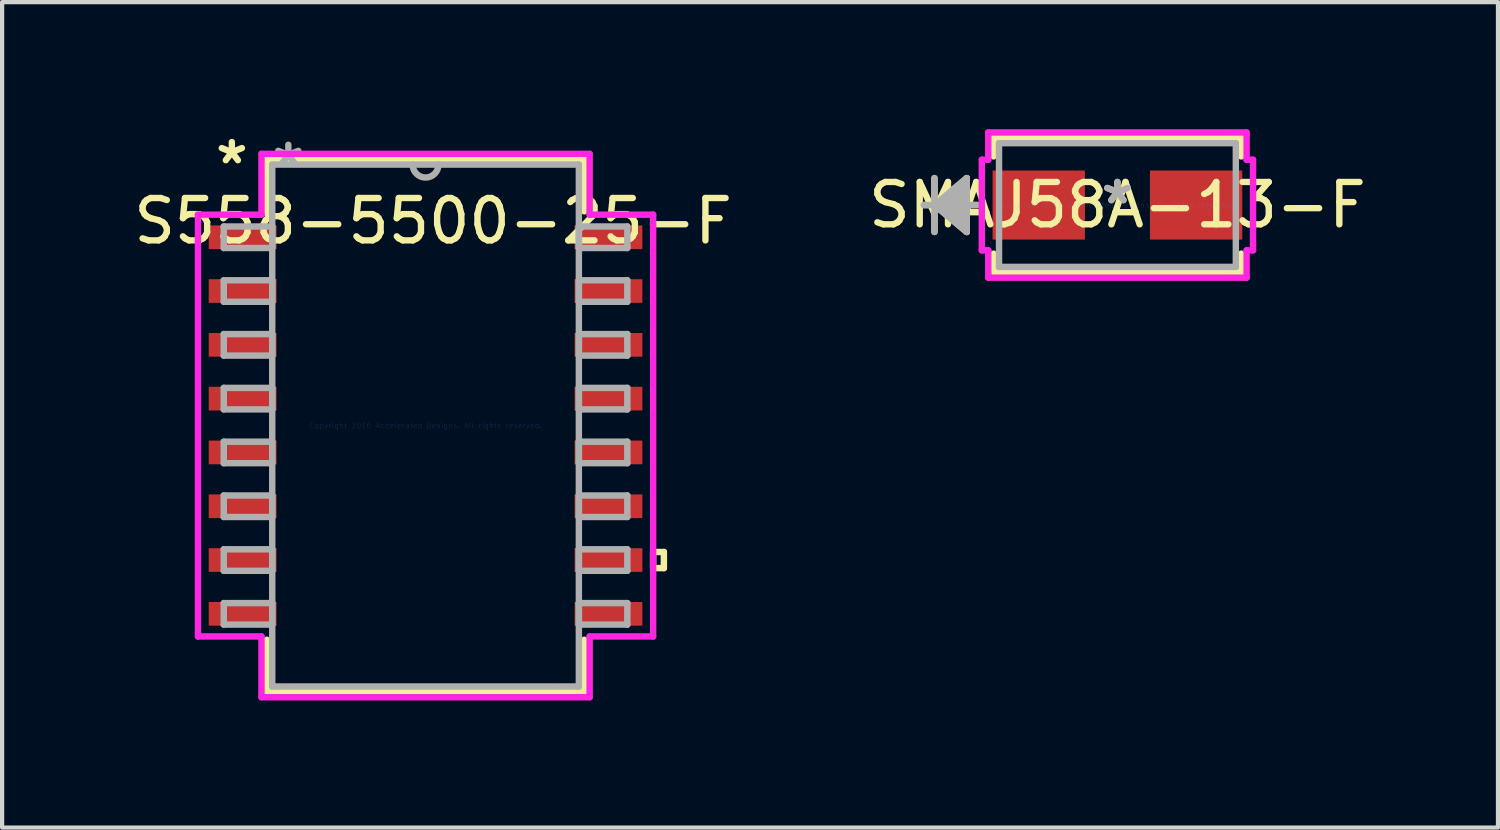
<source format=kicad_pcb>
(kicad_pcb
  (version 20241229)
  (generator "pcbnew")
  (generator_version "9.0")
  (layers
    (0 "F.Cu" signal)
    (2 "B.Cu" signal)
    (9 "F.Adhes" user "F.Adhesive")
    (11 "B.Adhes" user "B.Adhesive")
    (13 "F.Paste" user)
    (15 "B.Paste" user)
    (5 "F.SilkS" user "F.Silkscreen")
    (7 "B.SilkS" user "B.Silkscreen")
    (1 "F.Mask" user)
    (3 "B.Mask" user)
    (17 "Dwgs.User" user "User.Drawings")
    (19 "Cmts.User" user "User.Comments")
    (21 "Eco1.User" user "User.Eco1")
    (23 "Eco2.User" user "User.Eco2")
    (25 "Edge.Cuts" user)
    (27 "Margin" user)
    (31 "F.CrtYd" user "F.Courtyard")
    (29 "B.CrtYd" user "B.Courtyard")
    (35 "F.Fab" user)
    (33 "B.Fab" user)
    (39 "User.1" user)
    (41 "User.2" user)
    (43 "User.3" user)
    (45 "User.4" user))
  (footprint "S558-5500-25-F"
    (layer "F.Cu")
    (at 6.995 6.995)
    (property "Reference" "S558-5500-25-F" (at 0.178 -4.826 0) (layer "F.SilkS") (effects (font (size 1 1) (thickness 0.15))))
    (attr through_hole)
    (fp_line (start -3.747 -6.287) (end -3.747 -5.057) (stroke (width 0.152) (type solid)) (layer "F.SilkS"))
    (fp_line (start -3.747 5.057) (end -3.747 6.287) (stroke (width 0.152) (type solid)) (layer "F.SilkS"))
    (fp_line (start -3.747 6.287) (end 3.747 6.287) (stroke (width 0.152) (type solid)) (layer "F.SilkS"))
    (fp_line (start 3.747 -6.287) (end -3.747 -6.287) (stroke (width 0.152) (type solid)) (layer "F.SilkS"))
    (fp_line (start 3.747 -5.057) (end 3.747 -6.287) (stroke (width 0.152) (type solid)) (layer "F.SilkS"))
    (fp_line (start 3.747 6.287) (end 3.747 5.057) (stroke (width 0.152) (type solid)) (layer "F.SilkS"))
    (fp_line (start 5.372 2.985) (end 5.626 2.985) (stroke (width 0.152) (type solid)) (layer "F.SilkS"))
    (fp_line (start 5.372 3.365) (end 5.372 2.985) (stroke (width 0.152) (type solid)) (layer "F.SilkS"))
    (fp_line (start 5.626 2.985) (end 5.626 3.365) (stroke (width 0.152) (type solid)) (layer "F.SilkS"))
    (fp_line (start 5.626 3.365) (end 5.372 3.365) (stroke (width 0.152) (type solid)) (layer "F.SilkS"))
    (fp_line (start -5.372 -4.978) (end -3.873 -4.978) (stroke (width 0.152) (type solid)) (layer "F.CrtYd"))
    (fp_line (start -5.372 4.978) (end -5.372 -4.978) (stroke (width 0.152) (type solid)) (layer "F.CrtYd"))
    (fp_line (start -3.873 -6.413) (end 3.873 -6.413) (stroke (width 0.152) (type solid)) (layer "F.CrtYd"))
    (fp_line (start -3.873 -4.978) (end -3.873 -6.413) (stroke (width 0.152) (type solid)) (layer "F.CrtYd"))
    (fp_line (start -3.873 4.978) (end -5.372 4.978) (stroke (width 0.152) (type solid)) (layer "F.CrtYd"))
    (fp_line (start -3.873 6.413) (end -3.873 4.978) (stroke (width 0.152) (type solid)) (layer "F.CrtYd"))
    (fp_line (start 3.873 -6.413) (end 3.873 -4.978) (stroke (width 0.152) (type solid)) (layer "F.CrtYd"))
    (fp_line (start 3.873 -4.978) (end 5.372 -4.978) (stroke (width 0.152) (type solid)) (layer "F.CrtYd"))
    (fp_line (start 3.873 4.978) (end 3.873 6.413) (stroke (width 0.152) (type solid)) (layer "F.CrtYd"))
    (fp_line (start 3.873 6.413) (end -3.873 6.413) (stroke (width 0.152) (type solid)) (layer "F.CrtYd"))
    (fp_line (start 5.372 -4.978) (end 5.372 4.978) (stroke (width 0.152) (type solid)) (layer "F.CrtYd"))
    (fp_line (start 5.372 4.978) (end 3.873 4.978) (stroke (width 0.152) (type solid)) (layer "F.CrtYd"))
    (fp_line (start -4.763 -4.699) (end -4.763 -4.191) (stroke (width 0.152) (type solid)) (layer "F.Fab"))
    (fp_line (start -4.763 -4.191) (end -3.619 -4.191) (stroke (width 0.152) (type solid)) (layer "F.Fab"))
    (fp_line (start -4.763 -3.429) (end -4.763 -2.921) (stroke (width 0.152) (type solid)) (layer "F.Fab"))
    (fp_line (start -4.763 -2.921) (end -3.619 -2.921) (stroke (width 0.152) (type solid)) (layer "F.Fab"))
    (fp_line (start -4.763 -2.159) (end -4.763 -1.651) (stroke (width 0.152) (type solid)) (layer "F.Fab"))
    (fp_line (start -4.763 -1.651) (end -3.619 -1.651) (stroke (width 0.152) (type solid)) (layer "F.Fab"))
    (fp_line (start -4.763 -0.889) (end -4.763 -0.381) (stroke (width 0.152) (type solid)) (layer "F.Fab"))
    (fp_line (start -4.763 -0.381) (end -3.619 -0.381) (stroke (width 0.152) (type solid)) (layer "F.Fab"))
    (fp_line (start -4.763 0.381) (end -4.763 0.889) (stroke (width 0.152) (type solid)) (layer "F.Fab"))
    (fp_line (start -4.763 0.889) (end -3.619 0.889) (stroke (width 0.152) (type solid)) (layer "F.Fab"))
    (fp_line (start -4.763 1.651) (end -4.763 2.159) (stroke (width 0.152) (type solid)) (layer "F.Fab"))
    (fp_line (start -4.763 2.159) (end -3.619 2.159) (stroke (width 0.152) (type solid)) (layer "F.Fab"))
    (fp_line (start -4.763 2.921) (end -4.763 3.429) (stroke (width 0.152) (type solid)) (layer "F.Fab"))
    (fp_line (start -4.763 3.429) (end -3.619 3.429) (stroke (width 0.152) (type solid)) (layer "F.Fab"))
    (fp_line (start -4.763 4.191) (end -4.763 4.699) (stroke (width 0.152) (type solid)) (layer "F.Fab"))
    (fp_line (start -4.763 4.699) (end -3.619 4.699) (stroke (width 0.152) (type solid)) (layer "F.Fab"))
    (fp_line (start -3.619 -6.16) (end -3.619 6.16) (stroke (width 0.152) (type solid)) (layer "F.Fab"))
    (fp_line (start -3.619 -4.699) (end -4.763 -4.699) (stroke (width 0.152) (type solid)) (layer "F.Fab"))
    (fp_line (start -3.619 -4.191) (end -3.619 -4.699) (stroke (width 0.152) (type solid)) (layer "F.Fab"))
    (fp_line (start -3.619 -3.429) (end -4.763 -3.429) (stroke (width 0.152) (type solid)) (layer "F.Fab"))
    (fp_line (start -3.619 -2.921) (end -3.619 -3.429) (stroke (width 0.152) (type solid)) (layer "F.Fab"))
    (fp_line (start -3.619 -2.159) (end -4.763 -2.159) (stroke (width 0.152) (type solid)) (layer "F.Fab"))
    (fp_line (start -3.619 -1.651) (end -3.619 -2.159) (stroke (width 0.152) (type solid)) (layer "F.Fab"))
    (fp_line (start -3.619 -0.889) (end -4.763 -0.889) (stroke (width 0.152) (type solid)) (layer "F.Fab"))
    (fp_line (start -3.619 -0.381) (end -3.619 -0.889) (stroke (width 0.152) (type solid)) (layer "F.Fab"))
    (fp_line (start -3.619 0.381) (end -4.763 0.381) (stroke (width 0.152) (type solid)) (layer "F.Fab"))
    (fp_line (start -3.619 0.889) (end -3.619 0.381) (stroke (width 0.152) (type solid)) (layer "F.Fab"))
    (fp_line (start -3.619 1.651) (end -4.763 1.651) (stroke (width 0.152) (type solid)) (layer "F.Fab"))
    (fp_line (start -3.619 2.159) (end -3.619 1.651) (stroke (width 0.152) (type solid)) (layer "F.Fab"))
    (fp_line (start -3.619 2.921) (end -4.763 2.921) (stroke (width 0.152) (type solid)) (layer "F.Fab"))
    (fp_line (start -3.619 3.429) (end -3.619 2.921) (stroke (width 0.152) (type solid)) (layer "F.Fab"))
    (fp_line (start -3.619 4.191) (end -4.763 4.191) (stroke (width 0.152) (type solid)) (layer "F.Fab"))
    (fp_line (start -3.619 4.699) (end -3.619 4.191) (stroke (width 0.152) (type solid)) (layer "F.Fab"))
    (fp_line (start -3.619 6.16) (end 3.619 6.16) (stroke (width 0.152) (type solid)) (layer "F.Fab"))
    (fp_line (start 3.619 -6.16) (end -3.619 -6.16) (stroke (width 0.152) (type solid)) (layer "F.Fab"))
    (fp_line (start 3.619 -4.699) (end 3.619 -4.191) (stroke (width 0.152) (type solid)) (layer "F.Fab"))
    (fp_line (start 3.619 -4.191) (end 4.763 -4.191) (stroke (width 0.152) (type solid)) (layer "F.Fab"))
    (fp_line (start 3.619 -3.429) (end 3.619 -2.921) (stroke (width 0.152) (type solid)) (layer "F.Fab"))
    (fp_line (start 3.619 -2.921) (end 4.763 -2.921) (stroke (width 0.152) (type solid)) (layer "F.Fab"))
    (fp_line (start 3.619 -2.159) (end 3.619 -1.651) (stroke (width 0.152) (type solid)) (layer "F.Fab"))
    (fp_line (start 3.619 -1.651) (end 4.763 -1.651) (stroke (width 0.152) (type solid)) (layer "F.Fab"))
    (fp_line (start 3.619 -0.889) (end 3.619 -0.381) (stroke (width 0.152) (type solid)) (layer "F.Fab"))
    (fp_line (start 3.619 -0.381) (end 4.763 -0.381) (stroke (width 0.152) (type solid)) (layer "F.Fab"))
    (fp_line (start 3.619 0.381) (end 3.619 0.889) (stroke (width 0.152) (type solid)) (layer "F.Fab"))
    (fp_line (start 3.619 0.889) (end 4.763 0.889) (stroke (width 0.152) (type solid)) (layer "F.Fab"))
    (fp_line (start 3.619 1.651) (end 3.619 2.159) (stroke (width 0.152) (type solid)) (layer "F.Fab"))
    (fp_line (start 3.619 2.159) (end 4.763 2.159) (stroke (width 0.152) (type solid)) (layer "F.Fab"))
    (fp_line (start 3.619 2.921) (end 3.619 3.429) (stroke (width 0.152) (type solid)) (layer "F.Fab"))
    (fp_line (start 3.619 3.429) (end 4.763 3.429) (stroke (width 0.152) (type solid)) (layer "F.Fab"))
    (fp_line (start 3.619 4.191) (end 3.619 4.699) (stroke (width 0.152) (type solid)) (layer "F.Fab"))
    (fp_line (start 3.619 4.699) (end 4.763 4.699) (stroke (width 0.152) (type solid)) (layer "F.Fab"))
    (fp_line (start 3.619 6.16) (end 3.619 -6.16) (stroke (width 0.152) (type solid)) (layer "F.Fab"))
    (fp_line (start 4.763 -4.699) (end 3.619 -4.699) (stroke (width 0.152) (type solid)) (layer "F.Fab"))
    (fp_line (start 4.763 -4.191) (end 4.763 -4.699) (stroke (width 0.152) (type solid)) (layer "F.Fab"))
    (fp_line (start 4.763 -3.429) (end 3.619 -3.429) (stroke (width 0.152) (type solid)) (layer "F.Fab"))
    (fp_line (start 4.763 -2.921) (end 4.763 -3.429) (stroke (width 0.152) (type solid)) (layer "F.Fab"))
    (fp_line (start 4.763 -2.159) (end 3.619 -2.159) (stroke (width 0.152) (type solid)) (layer "F.Fab"))
    (fp_line (start 4.763 -1.651) (end 4.763 -2.159) (stroke (width 0.152) (type solid)) (layer "F.Fab"))
    (fp_line (start 4.763 -0.889) (end 3.619 -0.889) (stroke (width 0.152) (type solid)) (layer "F.Fab"))
    (fp_line (start 4.763 -0.381) (end 4.763 -0.889) (stroke (width 0.152) (type solid)) (layer "F.Fab"))
    (fp_line (start 4.763 0.381) (end 3.619 0.381) (stroke (width 0.152) (type solid)) (layer "F.Fab"))
    (fp_line (start 4.763 0.889) (end 4.763 0.381) (stroke (width 0.152) (type solid)) (layer "F.Fab"))
    (fp_line (start 4.763 1.651) (end 3.619 1.651) (stroke (width 0.152) (type solid)) (layer "F.Fab"))
    (fp_line (start 4.763 2.159) (end 4.763 1.651) (stroke (width 0.152) (type solid)) (layer "F.Fab"))
    (fp_line (start 4.763 2.921) (end 3.619 2.921) (stroke (width 0.152) (type solid)) (layer "F.Fab"))
    (fp_line (start 4.763 3.429) (end 4.763 2.921) (stroke (width 0.152) (type solid)) (layer "F.Fab"))
    (fp_line (start 4.763 4.191) (end 3.619 4.191) (stroke (width 0.152) (type solid)) (layer "F.Fab"))
    (fp_line (start 4.763 4.699) (end 4.763 4.191) (stroke (width 0.152) (type solid)) (layer "F.Fab"))
    (fp_arc (start 0.3048 -6.1595) (mid 0 -5.8547) (end -0.3048 -6.1595) (stroke (width 0.1524) (type solid)) (layer "F.Fab"))
    (fp_text user "*" (at -4.572 -6.147 0) (layer "F.SilkS") (effects (font (size 1 1) (thickness 0.15))))
    (fp_text user "Copyright 2016 Accelerated Designs. All rights reserved." (at 0 0 0) (layer "Cmts.User") (effects (font (size 0.127 0.127) (thickness 0.002))))
    (fp_text user "*" (at -3.239 -6.083 0) (layer "F.Fab") (effects (font (size 1 1) (thickness 0.15))))
    (pad "1" smd rect (at -4.318 -4.445) (size 1.6 0.559) (layers "F.Cu" "F.Mask" "F.Paste"))
    (pad "2" smd rect (at -4.318 -3.175) (size 1.6 0.559) (layers "F.Cu" "F.Mask" "F.Paste"))
    (pad "3" smd rect (at -4.318 -1.905) (size 1.6 0.559) (layers "F.Cu" "F.Mask" "F.Paste"))
    (pad "4" smd rect (at -4.318 -0.635) (size 1.6 0.559) (layers "F.Cu" "F.Mask" "F.Paste"))
    (pad "5" smd rect (at -4.318 0.635) (size 1.6 0.559) (layers "F.Cu" "F.Mask" "F.Paste"))
    (pad "6" smd rect (at -4.318 1.905) (size 1.6 0.559) (layers "F.Cu" "F.Mask" "F.Paste"))
    (pad "7" smd rect (at -4.318 3.175) (size 1.6 0.559) (layers "F.Cu" "F.Mask" "F.Paste"))
    (pad "8" smd rect (at -4.318 4.445) (size 1.6 0.559) (layers "F.Cu" "F.Mask" "F.Paste"))
    (pad "9" smd rect (at 4.318 4.445) (size 1.6 0.559) (layers "F.Cu" "F.Mask" "F.Paste"))
    (pad "10" smd rect (at 4.318 3.175) (size 1.6 0.559) (layers "F.Cu" "F.Mask" "F.Paste"))
    (pad "11" smd rect (at 4.318 1.905) (size 1.6 0.559) (layers "F.Cu" "F.Mask" "F.Paste"))
    (pad "12" smd rect (at 4.318 0.635) (size 1.6 0.559) (layers "F.Cu" "F.Mask" "F.Paste"))
    (pad "13" smd rect (at 4.318 -0.635) (size 1.6 0.559) (layers "F.Cu" "F.Mask" "F.Paste"))
    (pad "14" smd rect (at 4.318 -1.905) (size 1.6 0.559) (layers "F.Cu" "F.Mask" "F.Paste"))
    (pad "15" smd rect (at 4.318 -3.175) (size 1.6 0.559) (layers "F.Cu" "F.Mask" "F.Paste"))
    (pad "16" smd rect (at 4.318 -4.445) (size 1.6 0.559) (layers "F.Cu" "F.Mask" "F.Paste")))
  (footprint "SMAJ58A-13-F"
    (layer "F.Cu")
    (at 23.327 1.79)
    (property "Reference" "SMAJ58A-13-F" (at 0 0 0) (layer "F.SilkS") (effects (font (size 1 1) (thickness 0.15))))
    (attr through_hole)
    (fp_line (start -4.319 -0.635) (end -4.319 0.635) (stroke (width 0.152) (type solid)) (layer "F.SilkS"))
    (fp_line (start -4.319 0) (end -3.557 -0.635) (stroke (width 0.152) (type solid)) (layer "F.SilkS"))
    (fp_line (start -4.319 0) (end -3.557 -0.508) (stroke (width 0.152) (type solid)) (layer "F.SilkS"))
    (fp_line (start -4.319 0) (end -3.557 -0.381) (stroke (width 0.152) (type solid)) (layer "F.SilkS"))
    (fp_line (start -4.319 0) (end -3.557 -0.254) (stroke (width 0.152) (type solid)) (layer "F.SilkS"))
    (fp_line (start -4.319 0) (end -3.557 -0.127) (stroke (width 0.152) (type solid)) (layer "F.SilkS"))
    (fp_line (start -4.319 0) (end -3.557 0.127) (stroke (width 0.152) (type solid)) (layer "F.SilkS"))
    (fp_line (start -4.319 0) (end -3.557 0.254) (stroke (width 0.152) (type solid)) (layer "F.SilkS"))
    (fp_line (start -4.319 0) (end -3.557 0.381) (stroke (width 0.152) (type solid)) (layer "F.SilkS"))
    (fp_line (start -4.319 0) (end -3.557 0.508) (stroke (width 0.152) (type solid)) (layer "F.SilkS"))
    (fp_line (start -4.319 0) (end -3.557 0.635) (stroke (width 0.152) (type solid)) (layer "F.SilkS"))
    (fp_line (start -3.557 -0.635) (end -3.557 0.635) (stroke (width 0.152) (type solid)) (layer "F.SilkS"))
    (fp_line (start -3.303 0) (end -4.573 0) (stroke (width 0.152) (type solid)) (layer "F.SilkS"))
    (fp_line (start -2.922 -1.587) (end -2.922 -1.148) (stroke (width 0.152) (type solid)) (layer "F.SilkS"))
    (fp_line (start -2.922 1.148) (end -2.922 1.587) (stroke (width 0.152) (type solid)) (layer "F.SilkS"))
    (fp_line (start -2.922 1.587) (end 2.922 1.587) (stroke (width 0.152) (type solid)) (layer "F.SilkS"))
    (fp_line (start 2.922 -1.587) (end -2.922 -1.587) (stroke (width 0.152) (type solid)) (layer "F.SilkS"))
    (fp_line (start 2.922 -1.148) (end 2.922 -1.587) (stroke (width 0.152) (type solid)) (layer "F.SilkS"))
    (fp_line (start 2.922 1.587) (end 2.922 1.148) (stroke (width 0.152) (type solid)) (layer "F.SilkS"))
    (fp_line (start -3.201 -1.069) (end -3.049 -1.069) (stroke (width 0.152) (type solid)) (layer "F.CrtYd"))
    (fp_line (start -3.201 1.069) (end -3.201 -1.069) (stroke (width 0.152) (type solid)) (layer "F.CrtYd"))
    (fp_line (start -3.049 -1.714) (end 3.049 -1.714) (stroke (width 0.152) (type solid)) (layer "F.CrtYd"))
    (fp_line (start -3.049 -1.069) (end -3.049 -1.714) (stroke (width 0.152) (type solid)) (layer "F.CrtYd"))
    (fp_line (start -3.049 1.069) (end -3.201 1.069) (stroke (width 0.152) (type solid)) (layer "F.CrtYd"))
    (fp_line (start -3.049 1.714) (end -3.049 1.069) (stroke (width 0.152) (type solid)) (layer "F.CrtYd"))
    (fp_line (start 3.049 -1.714) (end 3.049 -1.069) (stroke (width 0.152) (type solid)) (layer "F.CrtYd"))
    (fp_line (start 3.049 -1.069) (end 3.201 -1.069) (stroke (width 0.152) (type solid)) (layer "F.CrtYd"))
    (fp_line (start 3.049 1.069) (end 3.049 1.714) (stroke (width 0.152) (type solid)) (layer "F.CrtYd"))
    (fp_line (start 3.049 1.714) (end -3.049 1.714) (stroke (width 0.152) (type solid)) (layer "F.CrtYd"))
    (fp_line (start 3.201 -1.069) (end 3.201 1.069) (stroke (width 0.152) (type solid)) (layer "F.CrtYd"))
    (fp_line (start 3.201 1.069) (end 3.049 1.069) (stroke (width 0.152) (type solid)) (layer "F.CrtYd"))
    (fp_line (start -4.319 -0.635) (end -4.319 0.635) (stroke (width 0.152) (type solid)) (layer "F.Fab"))
    (fp_line (start -4.319 0) (end -3.557 -0.635) (stroke (width 0.152) (type solid)) (layer "F.Fab"))
    (fp_line (start -4.319 0) (end -3.557 -0.508) (stroke (width 0.152) (type solid)) (layer "F.Fab"))
    (fp_line (start -4.319 0) (end -3.557 -0.381) (stroke (width 0.152) (type solid)) (layer "F.Fab"))
    (fp_line (start -4.319 0) (end -3.557 -0.254) (stroke (width 0.152) (type solid)) (layer "F.Fab"))
    (fp_line (start -4.319 0) (end -3.557 -0.127) (stroke (width 0.152) (type solid)) (layer "F.Fab"))
    (fp_line (start -4.319 0) (end -3.557 0.127) (stroke (width 0.152) (type solid)) (layer "F.Fab"))
    (fp_line (start -4.319 0) (end -3.557 0.254) (stroke (width 0.152) (type solid)) (layer "F.Fab"))
    (fp_line (start -4.319 0) (end -3.557 0.381) (stroke (width 0.152) (type solid)) (layer "F.Fab"))
    (fp_line (start -4.319 0) (end -3.557 0.508) (stroke (width 0.152) (type solid)) (layer "F.Fab"))
    (fp_line (start -4.319 0) (end -3.557 0.635) (stroke (width 0.152) (type solid)) (layer "F.Fab"))
    (fp_line (start -3.557 -0.635) (end -3.557 0.635) (stroke (width 0.152) (type solid)) (layer "F.Fab"))
    (fp_line (start -3.303 0) (end -4.573 0) (stroke (width 0.152) (type solid)) (layer "F.Fab"))
    (fp_line (start -2.795 -1.46) (end -2.795 1.46) (stroke (width 0.152) (type solid)) (layer "F.Fab"))
    (fp_line (start -2.795 1.46) (end 2.795 1.46) (stroke (width 0.152) (type solid)) (layer "F.Fab"))
    (fp_line (start 2.795 -1.46) (end -2.795 -1.46) (stroke (width 0.152) (type solid)) (layer "F.Fab"))
    (fp_line (start 2.795 1.46) (end 2.795 -1.46) (stroke (width 0.152) (type solid)) (layer "F.Fab"))
    (fp_text user "*" (at 0 0 0) (layer "F.SilkS") (effects (font (size 1 1) (thickness 0.15))))
    (fp_text user "Copyright 2016 Accelerated Designs. All rights reserved." (at 0 0 0) (layer "Cmts.User") (effects (font (size 0.127 0.127) (thickness 0.002))))
    (fp_text user "*" (at 0 0 0) (layer "F.Fab") (effects (font (size 1 1) (thickness 0.15))))
    (pad "1" smd rect (at -1.857 0 90) (size 1.63 2.18) (layers "F.Cu" "F.Mask" "F.Paste"))
    (pad "2" smd rect (at 1.857 0 90) (size 1.63 2.18) (layers "F.Cu" "F.Mask" "F.Paste")))
  (gr_rect
    (start -3 -3)
    (end 32.31 16.485)
    (stroke (width 0.1) (type default))
    (fill no)
    (layer "Edge.Cuts")))
</source>
